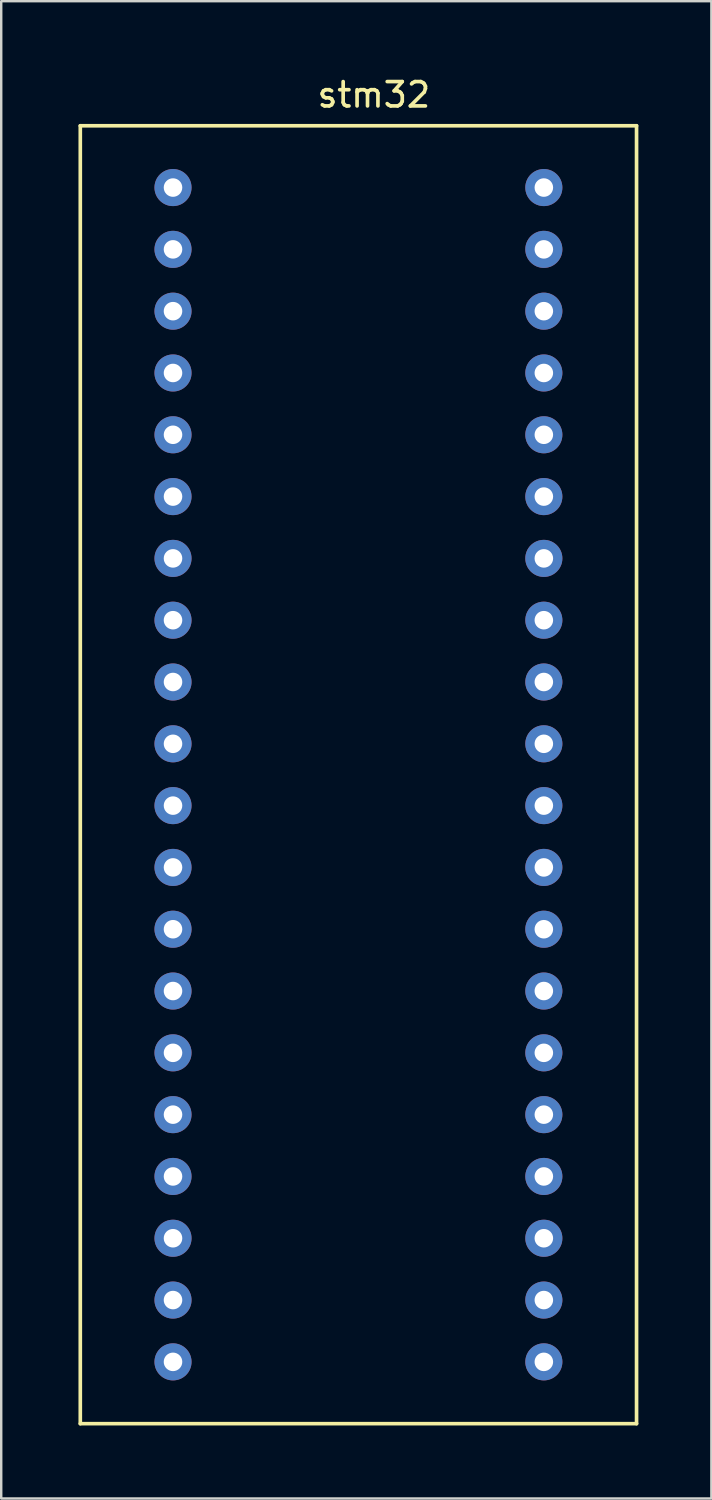
<source format=kicad_pcb>
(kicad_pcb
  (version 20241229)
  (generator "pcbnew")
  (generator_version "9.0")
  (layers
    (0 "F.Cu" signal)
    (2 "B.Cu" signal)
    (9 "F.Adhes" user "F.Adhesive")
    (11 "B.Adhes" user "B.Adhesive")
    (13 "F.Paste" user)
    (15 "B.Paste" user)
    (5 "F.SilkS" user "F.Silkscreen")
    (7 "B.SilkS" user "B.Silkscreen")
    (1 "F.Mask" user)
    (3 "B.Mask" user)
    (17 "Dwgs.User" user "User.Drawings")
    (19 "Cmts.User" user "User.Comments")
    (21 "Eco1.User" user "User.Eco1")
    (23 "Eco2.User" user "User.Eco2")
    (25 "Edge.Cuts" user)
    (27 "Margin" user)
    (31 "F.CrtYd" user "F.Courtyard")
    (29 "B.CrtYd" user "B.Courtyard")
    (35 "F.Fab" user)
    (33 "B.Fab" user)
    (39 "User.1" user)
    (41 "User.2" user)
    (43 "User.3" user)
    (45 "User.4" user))
  (footprint "stm32"
    (layer "F.Cu")
    (at 0.25 2.118)
    (property "Reference" "stm32" (at 12.065 -1.27 0) (layer "F.SilkS") (effects (font (size 1 1) (thickness 0.15))))
    (attr through_hole)
    (fp_line (start 0 0) (end 0 53.34) (stroke (width 0.15) (type solid)) (layer "F.SilkS"))
    (fp_line (start 0 53.34) (end 22.86 53.34) (stroke (width 0.15) (type solid)) (layer "F.SilkS"))
    (fp_line (start 22.86 0) (end 0 0) (stroke (width 0.15) (type solid)) (layer "F.SilkS"))
    (fp_line (start 22.86 53.34) (end 22.86 0) (stroke (width 0.15) (type solid)) (layer "F.SilkS"))
    (pad "1" thru_hole circle (at 3.81 2.54) (size 1.524 1.524) (drill 0.762) (layers "*.Cu" "*.Mask"))
    (pad "2" thru_hole circle (at 3.81 5.08) (size 1.524 1.524) (drill 0.762) (layers "*.Cu" "*.Mask"))
    (pad "3" thru_hole circle (at 3.81 7.62) (size 1.524 1.524) (drill 0.762) (layers "*.Cu" "*.Mask"))
    (pad "4" thru_hole circle (at 3.81 10.16) (size 1.524 1.524) (drill 0.762) (layers "*.Cu" "*.Mask"))
    (pad "5" thru_hole circle (at 3.81 12.7) (size 1.524 1.524) (drill 0.762) (layers "*.Cu" "*.Mask"))
    (pad "6" thru_hole circle (at 3.81 15.24) (size 1.524 1.524) (drill 0.762) (layers "*.Cu" "*.Mask"))
    (pad "7" thru_hole circle (at 3.81 17.78) (size 1.524 1.524) (drill 0.762) (layers "*.Cu" "*.Mask"))
    (pad "8" thru_hole circle (at 3.81 20.32) (size 1.524 1.524) (drill 0.762) (layers "*.Cu" "*.Mask"))
    (pad "9" thru_hole circle (at 3.81 22.86) (size 1.524 1.524) (drill 0.762) (layers "*.Cu" "*.Mask"))
    (pad "10" thru_hole circle (at 3.81 25.4) (size 1.524 1.524) (drill 0.762) (layers "*.Cu" "*.Mask"))
    (pad "11" thru_hole circle (at 3.81 27.94) (size 1.524 1.524) (drill 0.762) (layers "*.Cu" "*.Mask"))
    (pad "12" thru_hole circle (at 3.81 30.48) (size 1.524 1.524) (drill 0.762) (layers "*.Cu" "*.Mask"))
    (pad "13" thru_hole circle (at 3.81 33.02) (size 1.524 1.524) (drill 0.762) (layers "*.Cu" "*.Mask"))
    (pad "14" thru_hole circle (at 3.81 35.56) (size 1.524 1.524) (drill 0.762) (layers "*.Cu" "*.Mask"))
    (pad "15" thru_hole circle (at 3.81 38.1) (size 1.524 1.524) (drill 0.762) (layers "*.Cu" "*.Mask"))
    (pad "16" thru_hole circle (at 3.81 40.64) (size 1.524 1.524) (drill 0.762) (layers "*.Cu" "*.Mask"))
    (pad "17" thru_hole circle (at 3.81 43.18) (size 1.524 1.524) (drill 0.762) (layers "*.Cu" "*.Mask"))
    (pad "18" thru_hole circle (at 3.81 45.72) (size 1.524 1.524) (drill 0.762) (layers "*.Cu" "*.Mask"))
    (pad "19" thru_hole circle (at 3.81 48.26) (size 1.524 1.524) (drill 0.762) (layers "*.Cu" "*.Mask"))
    (pad "20" thru_hole circle (at 3.81 50.8) (size 1.524 1.524) (drill 0.762) (layers "*.Cu" "*.Mask"))
    (pad "21" thru_hole circle (at 19.05 2.54) (size 1.524 1.524) (drill 0.762) (layers "*.Cu" "*.Mask"))
    (pad "22" thru_hole circle (at 19.05 5.08) (size 1.524 1.524) (drill 0.762) (layers "*.Cu" "*.Mask"))
    (pad "23" thru_hole circle (at 19.05 7.62) (size 1.524 1.524) (drill 0.762) (layers "*.Cu" "*.Mask"))
    (pad "24" thru_hole circle (at 19.05 10.16) (size 1.524 1.524) (drill 0.762) (layers "*.Cu" "*.Mask"))
    (pad "25" thru_hole circle (at 19.05 12.7) (size 1.524 1.524) (drill 0.762) (layers "*.Cu" "*.Mask"))
    (pad "26" thru_hole circle (at 19.05 15.24) (size 1.524 1.524) (drill 0.762) (layers "*.Cu" "*.Mask"))
    (pad "27" thru_hole circle (at 19.05 17.78) (size 1.524 1.524) (drill 0.762) (layers "*.Cu" "*.Mask"))
    (pad "28" thru_hole circle (at 19.05 20.32) (size 1.524 1.524) (drill 0.762) (layers "*.Cu" "*.Mask"))
    (pad "29" thru_hole circle (at 19.05 22.86) (size 1.524 1.524) (drill 0.762) (layers "*.Cu" "*.Mask"))
    (pad "30" thru_hole circle (at 19.05 25.4) (size 1.524 1.524) (drill 0.762) (layers "*.Cu" "*.Mask"))
    (pad "31" thru_hole circle (at 19.05 27.94) (size 1.524 1.524) (drill 0.762) (layers "*.Cu" "*.Mask"))
    (pad "32" thru_hole circle (at 19.05 30.48) (size 1.524 1.524) (drill 0.762) (layers "*.Cu" "*.Mask"))
    (pad "33" thru_hole circle (at 19.05 33.02) (size 1.524 1.524) (drill 0.762) (layers "*.Cu" "*.Mask"))
    (pad "34" thru_hole circle (at 19.05 35.56) (size 1.524 1.524) (drill 0.762) (layers "*.Cu" "*.Mask"))
    (pad "35" thru_hole circle (at 19.05 38.1) (size 1.524 1.524) (drill 0.762) (layers "*.Cu" "*.Mask"))
    (pad "36" thru_hole circle (at 19.05 40.64) (size 1.524 1.524) (drill 0.762) (layers "*.Cu" "*.Mask"))
    (pad "37" thru_hole circle (at 19.05 43.18) (size 1.524 1.524) (drill 0.762) (layers "*.Cu" "*.Mask"))
    (pad "38" thru_hole circle (at 19.05 45.72) (size 1.524 1.524) (drill 0.762) (layers "*.Cu" "*.Mask"))
    (pad "39" thru_hole circle (at 19.05 48.26) (size 1.524 1.524) (drill 0.762) (layers "*.Cu" "*.Mask"))
    (pad "40" thru_hole circle (at 19.05 50.8) (size 1.524 1.524) (drill 0.762) (layers "*.Cu" "*.Mask")))
  (gr_rect
    (start -3 -3)
    (end 26.185 58.533)
    (stroke (width 0.1) (type default))
    (fill no)
    (layer "Edge.Cuts")))
</source>
